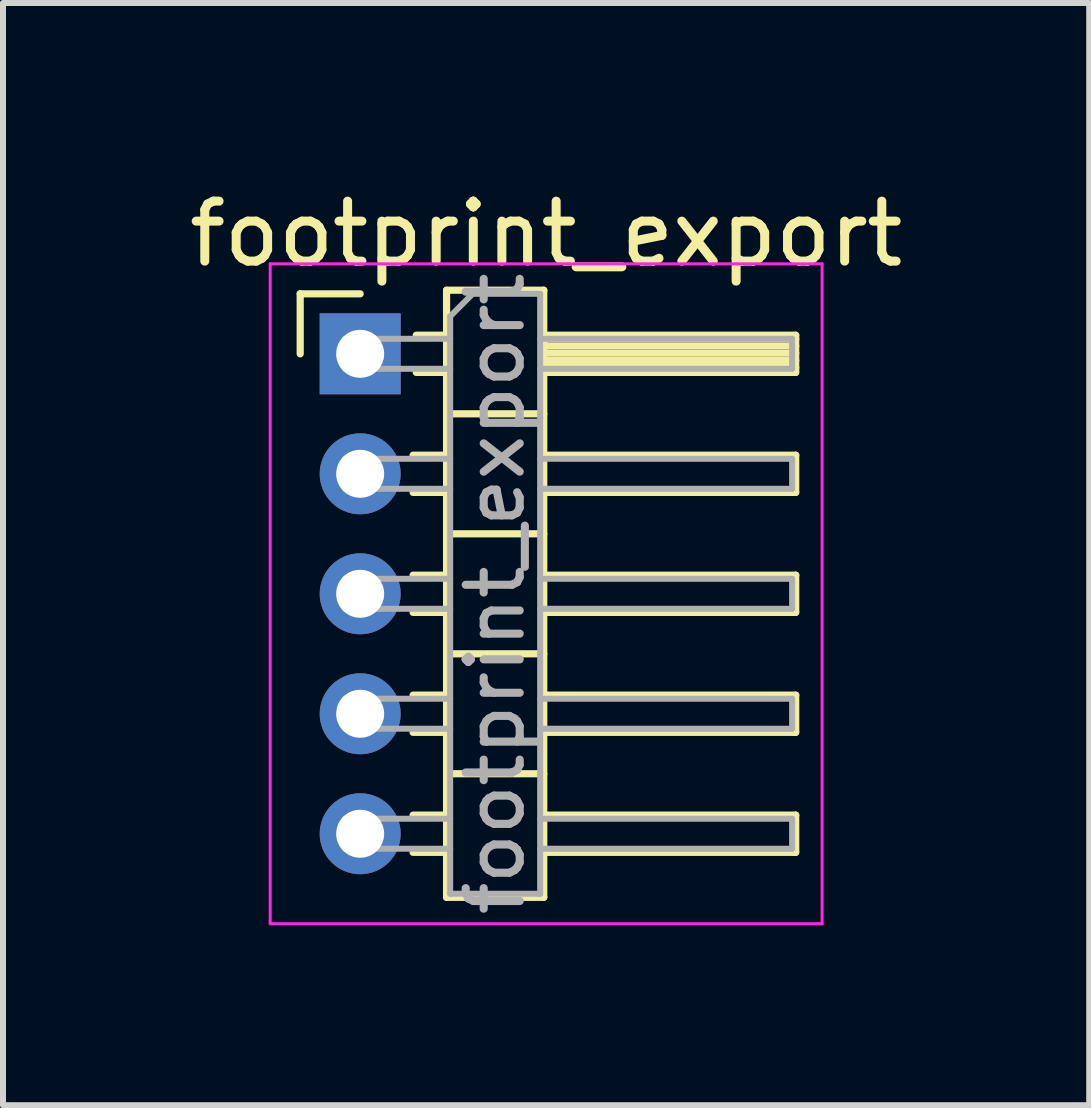
<source format=kicad_pcb>
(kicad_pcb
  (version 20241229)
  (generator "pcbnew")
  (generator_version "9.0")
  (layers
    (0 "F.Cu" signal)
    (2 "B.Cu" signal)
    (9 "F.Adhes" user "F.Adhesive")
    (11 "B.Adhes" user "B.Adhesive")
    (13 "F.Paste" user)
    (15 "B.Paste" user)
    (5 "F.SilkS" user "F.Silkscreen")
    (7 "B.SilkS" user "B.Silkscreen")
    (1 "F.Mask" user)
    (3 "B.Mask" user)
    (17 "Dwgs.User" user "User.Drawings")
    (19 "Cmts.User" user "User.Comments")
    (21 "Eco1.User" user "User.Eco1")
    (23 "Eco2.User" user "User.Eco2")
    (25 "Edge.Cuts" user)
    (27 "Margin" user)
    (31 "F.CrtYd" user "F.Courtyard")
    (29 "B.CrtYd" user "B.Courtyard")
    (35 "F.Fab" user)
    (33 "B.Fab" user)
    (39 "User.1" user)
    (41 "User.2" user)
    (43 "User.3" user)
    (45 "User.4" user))
  (footprint "footprint_export"
    (layer "F.Cu")
    (at 2.954 2.848)
    (property "Reference" "footprint_export" (at 3.1 -2 0) (layer "F.SilkS") (effects (font (size 1 1) (thickness 0.15))))
    (attr through_hole)
    (fp_line (start -1 -1) (end 0 -1) (stroke (width 0.12) (type solid)) (layer "F.SilkS"))
    (fp_line (start -1 0) (end -1 -1) (stroke (width 0.12) (type solid)) (layer "F.SilkS"))
    (fp_line (start 0.882 1.69) (end 1.44 1.69) (stroke (width 0.12) (type solid)) (layer "F.SilkS"))
    (fp_line (start 0.882 2.31) (end 1.44 2.31) (stroke (width 0.12) (type solid)) (layer "F.SilkS"))
    (fp_line (start 0.882 3.69) (end 1.44 3.69) (stroke (width 0.12) (type solid)) (layer "F.SilkS"))
    (fp_line (start 0.882 4.31) (end 1.44 4.31) (stroke (width 0.12) (type solid)) (layer "F.SilkS"))
    (fp_line (start 0.882 5.69) (end 1.44 5.69) (stroke (width 0.12) (type solid)) (layer "F.SilkS"))
    (fp_line (start 0.882 6.31) (end 1.44 6.31) (stroke (width 0.12) (type solid)) (layer "F.SilkS"))
    (fp_line (start 0.882 7.69) (end 1.44 7.69) (stroke (width 0.12) (type solid)) (layer "F.SilkS"))
    (fp_line (start 0.882 8.31) (end 1.44 8.31) (stroke (width 0.12) (type solid)) (layer "F.SilkS"))
    (fp_line (start 0.935 -0.31) (end 1.44 -0.31) (stroke (width 0.12) (type solid)) (layer "F.SilkS"))
    (fp_line (start 0.935 0.31) (end 1.44 0.31) (stroke (width 0.12) (type solid)) (layer "F.SilkS"))
    (fp_line (start 1.44 -1.06) (end 1.44 9.06) (stroke (width 0.12) (type solid)) (layer "F.SilkS"))
    (fp_line (start 1.44 1) (end 3.06 1) (stroke (width 0.12) (type solid)) (layer "F.SilkS"))
    (fp_line (start 1.44 3) (end 3.06 3) (stroke (width 0.12) (type solid)) (layer "F.SilkS"))
    (fp_line (start 1.44 5) (end 3.06 5) (stroke (width 0.12) (type solid)) (layer "F.SilkS"))
    (fp_line (start 1.44 7) (end 3.06 7) (stroke (width 0.12) (type solid)) (layer "F.SilkS"))
    (fp_line (start 1.44 9.06) (end 3.06 9.06) (stroke (width 0.12) (type solid)) (layer "F.SilkS"))
    (fp_line (start 3.06 -1.06) (end 1.44 -1.06) (stroke (width 0.12) (type solid)) (layer "F.SilkS"))
    (fp_line (start 3.06 -0.31) (end 7.26 -0.31) (stroke (width 0.12) (type solid)) (layer "F.SilkS"))
    (fp_line (start 3.06 -0.25) (end 7.26 -0.25) (stroke (width 0.12) (type solid)) (layer "F.SilkS"))
    (fp_line (start 3.06 -0.13) (end 7.26 -0.13) (stroke (width 0.12) (type solid)) (layer "F.SilkS"))
    (fp_line (start 3.06 -0.01) (end 7.26 -0.01) (stroke (width 0.12) (type solid)) (layer "F.SilkS"))
    (fp_line (start 3.06 0.11) (end 7.26 0.11) (stroke (width 0.12) (type solid)) (layer "F.SilkS"))
    (fp_line (start 3.06 0.23) (end 7.26 0.23) (stroke (width 0.12) (type solid)) (layer "F.SilkS"))
    (fp_line (start 3.06 1.69) (end 7.26 1.69) (stroke (width 0.12) (type solid)) (layer "F.SilkS"))
    (fp_line (start 3.06 3.69) (end 7.26 3.69) (stroke (width 0.12) (type solid)) (layer "F.SilkS"))
    (fp_line (start 3.06 5.69) (end 7.26 5.69) (stroke (width 0.12) (type solid)) (layer "F.SilkS"))
    (fp_line (start 3.06 7.69) (end 7.26 7.69) (stroke (width 0.12) (type solid)) (layer "F.SilkS"))
    (fp_line (start 3.06 9.06) (end 3.06 -1.06) (stroke (width 0.12) (type solid)) (layer "F.SilkS"))
    (fp_line (start 7.26 -0.31) (end 7.26 0.31) (stroke (width 0.12) (type solid)) (layer "F.SilkS"))
    (fp_line (start 7.26 0.31) (end 3.06 0.31) (stroke (width 0.12) (type solid)) (layer "F.SilkS"))
    (fp_line (start 7.26 1.69) (end 7.26 2.31) (stroke (width 0.12) (type solid)) (layer "F.SilkS"))
    (fp_line (start 7.26 2.31) (end 3.06 2.31) (stroke (width 0.12) (type solid)) (layer "F.SilkS"))
    (fp_line (start 7.26 3.69) (end 7.26 4.31) (stroke (width 0.12) (type solid)) (layer "F.SilkS"))
    (fp_line (start 7.26 4.31) (end 3.06 4.31) (stroke (width 0.12) (type solid)) (layer "F.SilkS"))
    (fp_line (start 7.26 5.69) (end 7.26 6.31) (stroke (width 0.12) (type solid)) (layer "F.SilkS"))
    (fp_line (start 7.26 6.31) (end 3.06 6.31) (stroke (width 0.12) (type solid)) (layer "F.SilkS"))
    (fp_line (start 7.26 7.69) (end 7.26 8.31) (stroke (width 0.12) (type solid)) (layer "F.SilkS"))
    (fp_line (start 7.26 8.31) (end 3.06 8.31) (stroke (width 0.12) (type solid)) (layer "F.SilkS"))
    (fp_line (start -1.5 -1.5) (end -1.5 9.5) (stroke (width 0.05) (type solid)) (layer "F.CrtYd"))
    (fp_line (start -1.5 9.5) (end 7.7 9.5) (stroke (width 0.05) (type solid)) (layer "F.CrtYd"))
    (fp_line (start 7.7 -1.5) (end -1.5 -1.5) (stroke (width 0.05) (type solid)) (layer "F.CrtYd"))
    (fp_line (start 7.7 9.5) (end 7.7 -1.5) (stroke (width 0.05) (type solid)) (layer "F.CrtYd"))
    (fp_line (start -0.25 -0.25) (end -0.25 0.25) (stroke (width 0.1) (type solid)) (layer "F.Fab"))
    (fp_line (start -0.25 -0.25) (end 1.5 -0.25) (stroke (width 0.1) (type solid)) (layer "F.Fab"))
    (fp_line (start -0.25 0.25) (end 1.5 0.25) (stroke (width 0.1) (type solid)) (layer "F.Fab"))
    (fp_line (start -0.25 1.75) (end -0.25 2.25) (stroke (width 0.1) (type solid)) (layer "F.Fab"))
    (fp_line (start -0.25 1.75) (end 1.5 1.75) (stroke (width 0.1) (type solid)) (layer "F.Fab"))
    (fp_line (start -0.25 2.25) (end 1.5 2.25) (stroke (width 0.1) (type solid)) (layer "F.Fab"))
    (fp_line (start -0.25 3.75) (end -0.25 4.25) (stroke (width 0.1) (type solid)) (layer "F.Fab"))
    (fp_line (start -0.25 3.75) (end 1.5 3.75) (stroke (width 0.1) (type solid)) (layer "F.Fab"))
    (fp_line (start -0.25 4.25) (end 1.5 4.25) (stroke (width 0.1) (type solid)) (layer "F.Fab"))
    (fp_line (start -0.25 5.75) (end -0.25 6.25) (stroke (width 0.1) (type solid)) (layer "F.Fab"))
    (fp_line (start -0.25 5.75) (end 1.5 5.75) (stroke (width 0.1) (type solid)) (layer "F.Fab"))
    (fp_line (start -0.25 6.25) (end 1.5 6.25) (stroke (width 0.1) (type solid)) (layer "F.Fab"))
    (fp_line (start -0.25 7.75) (end -0.25 8.25) (stroke (width 0.1) (type solid)) (layer "F.Fab"))
    (fp_line (start -0.25 7.75) (end 1.5 7.75) (stroke (width 0.1) (type solid)) (layer "F.Fab"))
    (fp_line (start -0.25 8.25) (end 1.5 8.25) (stroke (width 0.1) (type solid)) (layer "F.Fab"))
    (fp_line (start 1.5 -0.625) (end 1.875 -1) (stroke (width 0.1) (type solid)) (layer "F.Fab"))
    (fp_line (start 1.5 9) (end 1.5 -0.625) (stroke (width 0.1) (type solid)) (layer "F.Fab"))
    (fp_line (start 1.875 -1) (end 3 -1) (stroke (width 0.1) (type solid)) (layer "F.Fab"))
    (fp_line (start 3 -1) (end 3 9) (stroke (width 0.1) (type solid)) (layer "F.Fab"))
    (fp_line (start 3 -0.25) (end 7.2 -0.25) (stroke (width 0.1) (type solid)) (layer "F.Fab"))
    (fp_line (start 3 0.25) (end 7.2 0.25) (stroke (width 0.1) (type solid)) (layer "F.Fab"))
    (fp_line (start 3 1.75) (end 7.2 1.75) (stroke (width 0.1) (type solid)) (layer "F.Fab"))
    (fp_line (start 3 2.25) (end 7.2 2.25) (stroke (width 0.1) (type solid)) (layer "F.Fab"))
    (fp_line (start 3 3.75) (end 7.2 3.75) (stroke (width 0.1) (type solid)) (layer "F.Fab"))
    (fp_line (start 3 4.25) (end 7.2 4.25) (stroke (width 0.1) (type solid)) (layer "F.Fab"))
    (fp_line (start 3 5.75) (end 7.2 5.75) (stroke (width 0.1) (type solid)) (layer "F.Fab"))
    (fp_line (start 3 6.25) (end 7.2 6.25) (stroke (width 0.1) (type solid)) (layer "F.Fab"))
    (fp_line (start 3 7.75) (end 7.2 7.75) (stroke (width 0.1) (type solid)) (layer "F.Fab"))
    (fp_line (start 3 8.25) (end 7.2 8.25) (stroke (width 0.1) (type solid)) (layer "F.Fab"))
    (fp_line (start 3 9) (end 1.5 9) (stroke (width 0.1) (type solid)) (layer "F.Fab"))
    (fp_line (start 7.2 -0.25) (end 7.2 0.25) (stroke (width 0.1) (type solid)) (layer "F.Fab"))
    (fp_line (start 7.2 1.75) (end 7.2 2.25) (stroke (width 0.1) (type solid)) (layer "F.Fab"))
    (fp_line (start 7.2 3.75) (end 7.2 4.25) (stroke (width 0.1) (type solid)) (layer "F.Fab"))
    (fp_line (start 7.2 5.75) (end 7.2 6.25) (stroke (width 0.1) (type solid)) (layer "F.Fab"))
    (fp_line (start 7.2 7.75) (end 7.2 8.25) (stroke (width 0.1) (type solid)) (layer "F.Fab"))
    (fp_text user "${REFERENCE}" (at 2.25 4 90) (layer "F.Fab") (effects (font (size 0.9 0.9) (thickness 0.135))))
    (pad "1" thru_hole rect (at 0 0) (size 1.35 1.35) (drill 0.8) (layers "*.Cu" "*.Mask"))
    (pad "2" thru_hole oval (at 0 2) (size 1.35 1.35) (drill 0.8) (layers "*.Cu" "*.Mask"))
    (pad "3" thru_hole oval (at 0 4) (size 1.35 1.35) (drill 0.8) (layers "*.Cu" "*.Mask"))
    (pad "4" thru_hole oval (at 0 6) (size 1.35 1.35) (drill 0.8) (layers "*.Cu" "*.Mask"))
    (pad "5" thru_hole oval (at 0 8) (size 1.35 1.35) (drill 0.8) (layers "*.Cu" "*.Mask")))
  (gr_rect
    (start -3 -3)
    (end 15.107 15.373)
    (stroke (width 0.1) (type default))
    (fill no)
    (layer "Edge.Cuts")))
</source>
